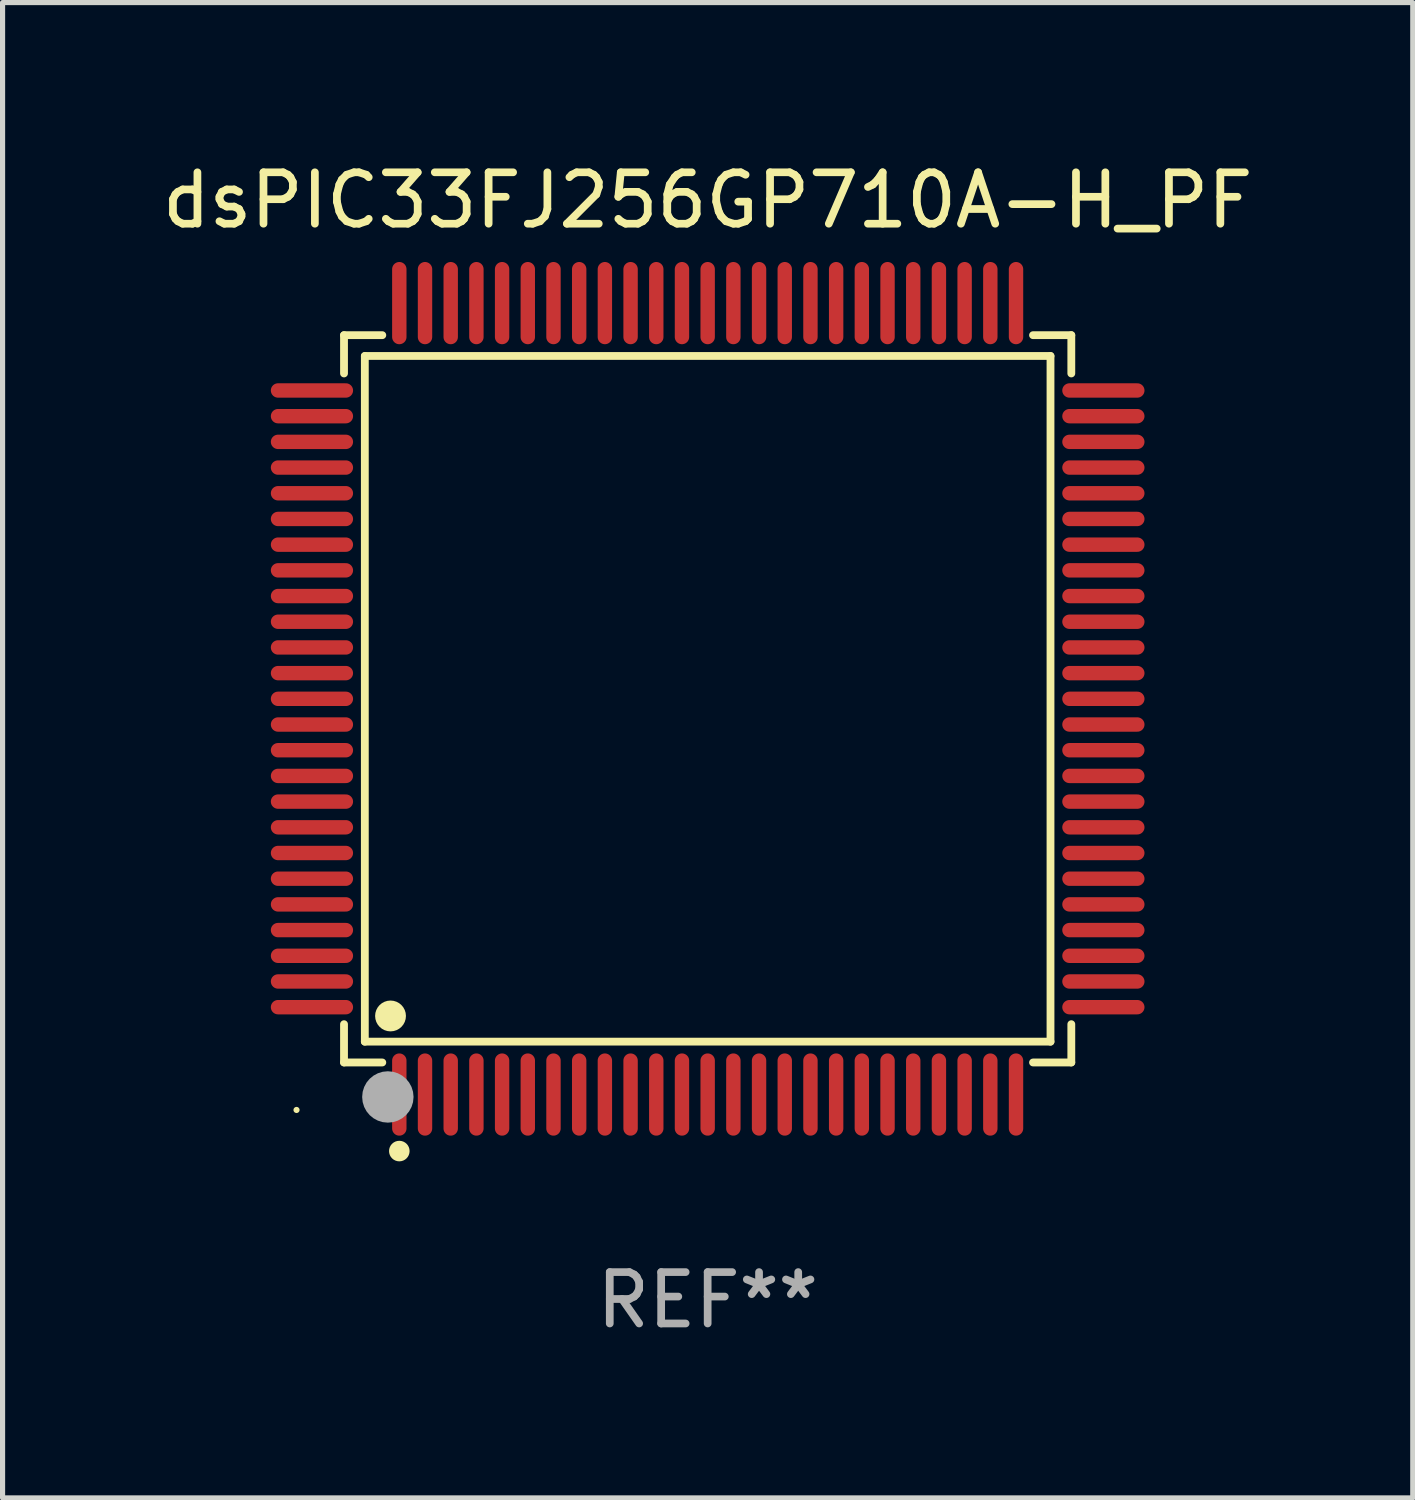
<source format=kicad_pcb>
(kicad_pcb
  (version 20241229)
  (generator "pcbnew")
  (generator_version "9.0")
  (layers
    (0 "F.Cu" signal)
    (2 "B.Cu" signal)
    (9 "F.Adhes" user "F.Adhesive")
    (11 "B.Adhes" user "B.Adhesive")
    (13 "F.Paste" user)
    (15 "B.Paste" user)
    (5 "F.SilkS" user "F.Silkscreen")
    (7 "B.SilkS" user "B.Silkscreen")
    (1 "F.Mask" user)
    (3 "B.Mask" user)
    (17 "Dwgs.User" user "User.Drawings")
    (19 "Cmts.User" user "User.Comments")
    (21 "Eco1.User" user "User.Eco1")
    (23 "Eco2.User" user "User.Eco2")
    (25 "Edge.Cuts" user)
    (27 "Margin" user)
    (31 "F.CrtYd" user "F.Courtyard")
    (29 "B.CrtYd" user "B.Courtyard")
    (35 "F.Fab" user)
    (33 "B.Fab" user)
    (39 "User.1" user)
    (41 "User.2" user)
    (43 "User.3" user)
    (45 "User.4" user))
  (footprint "dsPIC33FJ256GP710A-H_PF"
    (layer "F.Cu")
    (at 10.72 10.548)
    (property "Reference" "dsPIC33FJ256GP710A-H_PF" (at 0 -9.7 0) (layer "F.SilkS") (effects (font (size 1 1) (thickness 0.15))))
    (attr through_hole)
    (fp_line (start -7.076 -7.076) (end -6.331 -7.076) (stroke (width 0.152) (type solid)) (layer "F.SilkS"))
    (fp_line (start -7.076 -6.331) (end -7.076 -7.076) (stroke (width 0.152) (type solid)) (layer "F.SilkS"))
    (fp_line (start -7.076 6.331) (end -7.076 7.076) (stroke (width 0.152) (type solid)) (layer "F.SilkS"))
    (fp_line (start -7.076 7.076) (end -6.331 7.076) (stroke (width 0.152) (type solid)) (layer "F.SilkS"))
    (fp_line (start -6.671 -6.671) (end 6.671 -6.671) (stroke (width 0.152) (type solid)) (layer "F.SilkS"))
    (fp_line (start -6.671 6.671) (end -6.671 -6.671) (stroke (width 0.152) (type solid)) (layer "F.SilkS"))
    (fp_line (start 6.671 -6.671) (end 6.671 6.671) (stroke (width 0.152) (type solid)) (layer "F.SilkS"))
    (fp_line (start 6.671 6.671) (end -6.671 6.671) (stroke (width 0.152) (type solid)) (layer "F.SilkS"))
    (fp_line (start 7.076 -7.076) (end 6.331 -7.076) (stroke (width 0.152) (type solid)) (layer "F.SilkS"))
    (fp_line (start 7.076 -6.331) (end 7.076 -7.076) (stroke (width 0.152) (type solid)) (layer "F.SilkS"))
    (fp_line (start 7.076 6.331) (end 7.076 7.076) (stroke (width 0.152) (type solid)) (layer "F.SilkS"))
    (fp_line (start 7.076 7.076) (end 6.331 7.076) (stroke (width 0.152) (type solid)) (layer "F.SilkS"))
    (fp_circle (center -8 8) (end -7.97 8) (stroke (width 0.06) (type solid)) (fill no) (layer "F.SilkS"))
    (fp_circle (center -6.171 6.171) (end -6.021 6.171) (stroke (width 0.3) (type solid)) (fill no) (layer "F.SilkS"))
    (fp_circle (center -6 8.8) (end -5.9 8.8) (stroke (width 0.2) (type solid)) (fill no) (layer "F.SilkS"))
    (fp_circle (center -6.223 7.747) (end -5.973 7.747) (stroke (width 0.5) (type solid)) (fill no) (layer "F.Fab"))
    (fp_text user "REF**" (at 0 11.7 0) (layer "F.Fab") (effects (font (size 1 1) (thickness 0.15))))
    (pad "1" smd oval (at -6 7.7) (size 0.28 1.6) (layers "F.Cu" "F.Mask" "F.Paste"))
    (pad "2" smd oval (at -5.5 7.7) (size 0.28 1.6) (layers "F.Cu" "F.Mask" "F.Paste"))
    (pad "3" smd oval (at -5 7.7) (size 0.28 1.6) (layers "F.Cu" "F.Mask" "F.Paste"))
    (pad "4" smd oval (at -4.5 7.7) (size 0.28 1.6) (layers "F.Cu" "F.Mask" "F.Paste"))
    (pad "5" smd oval (at -4 7.7) (size 0.28 1.6) (layers "F.Cu" "F.Mask" "F.Paste"))
    (pad "6" smd oval (at -3.5 7.7) (size 0.28 1.6) (layers "F.Cu" "F.Mask" "F.Paste"))
    (pad "7" smd oval (at -3 7.7) (size 0.28 1.6) (layers "F.Cu" "F.Mask" "F.Paste"))
    (pad "8" smd oval (at -2.5 7.7) (size 0.28 1.6) (layers "F.Cu" "F.Mask" "F.Paste"))
    (pad "9" smd oval (at -2 7.7) (size 0.28 1.6) (layers "F.Cu" "F.Mask" "F.Paste"))
    (pad "10" smd oval (at -1.5 7.7) (size 0.28 1.6) (layers "F.Cu" "F.Mask" "F.Paste"))
    (pad "11" smd oval (at -1 7.7) (size 0.28 1.6) (layers "F.Cu" "F.Mask" "F.Paste"))
    (pad "12" smd oval (at -0.5 7.7) (size 0.28 1.6) (layers "F.Cu" "F.Mask" "F.Paste"))
    (pad "13" smd oval (at 0 7.7) (size 0.28 1.6) (layers "F.Cu" "F.Mask" "F.Paste"))
    (pad "14" smd oval (at 0.5 7.7) (size 0.28 1.6) (layers "F.Cu" "F.Mask" "F.Paste"))
    (pad "15" smd oval (at 1 7.7) (size 0.28 1.6) (layers "F.Cu" "F.Mask" "F.Paste"))
    (pad "16" smd oval (at 1.5 7.7) (size 0.28 1.6) (layers "F.Cu" "F.Mask" "F.Paste"))
    (pad "17" smd oval (at 2 7.7) (size 0.28 1.6) (layers "F.Cu" "F.Mask" "F.Paste"))
    (pad "18" smd oval (at 2.5 7.7) (size 0.28 1.6) (layers "F.Cu" "F.Mask" "F.Paste"))
    (pad "19" smd oval (at 3 7.7) (size 0.28 1.6) (layers "F.Cu" "F.Mask" "F.Paste"))
    (pad "20" smd oval (at 3.5 7.7) (size 0.28 1.6) (layers "F.Cu" "F.Mask" "F.Paste"))
    (pad "21" smd oval (at 4 7.7) (size 0.28 1.6) (layers "F.Cu" "F.Mask" "F.Paste"))
    (pad "22" smd oval (at 4.5 7.7) (size 0.28 1.6) (layers "F.Cu" "F.Mask" "F.Paste"))
    (pad "23" smd oval (at 5 7.7) (size 0.28 1.6) (layers "F.Cu" "F.Mask" "F.Paste"))
    (pad "24" smd oval (at 5.5 7.7) (size 0.28 1.6) (layers "F.Cu" "F.Mask" "F.Paste"))
    (pad "25" smd oval (at 6 7.7) (size 0.28 1.6) (layers "F.Cu" "F.Mask" "F.Paste"))
    (pad "26" smd oval (at 7.7 6) (size 1.6 0.28) (layers "F.Cu" "F.Mask" "F.Paste"))
    (pad "27" smd oval (at 7.7 5.5) (size 1.6 0.28) (layers "F.Cu" "F.Mask" "F.Paste"))
    (pad "28" smd oval (at 7.7 5) (size 1.6 0.28) (layers "F.Cu" "F.Mask" "F.Paste"))
    (pad "29" smd oval (at 7.7 4.5) (size 1.6 0.28) (layers "F.Cu" "F.Mask" "F.Paste"))
    (pad "30" smd oval (at 7.7 4) (size 1.6 0.28) (layers "F.Cu" "F.Mask" "F.Paste"))
    (pad "31" smd oval (at 7.7 3.5) (size 1.6 0.28) (layers "F.Cu" "F.Mask" "F.Paste"))
    (pad "32" smd oval (at 7.7 3) (size 1.6 0.28) (layers "F.Cu" "F.Mask" "F.Paste"))
    (pad "33" smd oval (at 7.7 2.5) (size 1.6 0.28) (layers "F.Cu" "F.Mask" "F.Paste"))
    (pad "34" smd oval (at 7.7 2) (size 1.6 0.28) (layers "F.Cu" "F.Mask" "F.Paste"))
    (pad "35" smd oval (at 7.7 1.5) (size 1.6 0.28) (layers "F.Cu" "F.Mask" "F.Paste"))
    (pad "36" smd oval (at 7.7 1) (size 1.6 0.28) (layers "F.Cu" "F.Mask" "F.Paste"))
    (pad "37" smd oval (at 7.7 0.5) (size 1.6 0.28) (layers "F.Cu" "F.Mask" "F.Paste"))
    (pad "38" smd oval (at 7.7 0) (size 1.6 0.28) (layers "F.Cu" "F.Mask" "F.Paste"))
    (pad "39" smd oval (at 7.7 -0.5) (size 1.6 0.28) (layers "F.Cu" "F.Mask" "F.Paste"))
    (pad "40" smd oval (at 7.7 -1) (size 1.6 0.28) (layers "F.Cu" "F.Mask" "F.Paste"))
    (pad "41" smd oval (at 7.7 -1.5) (size 1.6 0.28) (layers "F.Cu" "F.Mask" "F.Paste"))
    (pad "42" smd oval (at 7.7 -2) (size 1.6 0.28) (layers "F.Cu" "F.Mask" "F.Paste"))
    (pad "43" smd oval (at 7.7 -2.5) (size 1.6 0.28) (layers "F.Cu" "F.Mask" "F.Paste"))
    (pad "44" smd oval (at 7.7 -3) (size 1.6 0.28) (layers "F.Cu" "F.Mask" "F.Paste"))
    (pad "45" smd oval (at 7.7 -3.5) (size 1.6 0.28) (layers "F.Cu" "F.Mask" "F.Paste"))
    (pad "46" smd oval (at 7.7 -4) (size 1.6 0.28) (layers "F.Cu" "F.Mask" "F.Paste"))
    (pad "47" smd oval (at 7.7 -4.5) (size 1.6 0.28) (layers "F.Cu" "F.Mask" "F.Paste"))
    (pad "48" smd oval (at 7.7 -5) (size 1.6 0.28) (layers "F.Cu" "F.Mask" "F.Paste"))
    (pad "49" smd oval (at 7.7 -5.5) (size 1.6 0.28) (layers "F.Cu" "F.Mask" "F.Paste"))
    (pad "50" smd oval (at 7.7 -6) (size 1.6 0.28) (layers "F.Cu" "F.Mask" "F.Paste"))
    (pad "51" smd oval (at 6 -7.7) (size 0.28 1.6) (layers "F.Cu" "F.Mask" "F.Paste"))
    (pad "52" smd oval (at 5.5 -7.7) (size 0.28 1.6) (layers "F.Cu" "F.Mask" "F.Paste"))
    (pad "53" smd oval (at 5 -7.7) (size 0.28 1.6) (layers "F.Cu" "F.Mask" "F.Paste"))
    (pad "54" smd oval (at 4.5 -7.7) (size 0.28 1.6) (layers "F.Cu" "F.Mask" "F.Paste"))
    (pad "55" smd oval (at 4 -7.7) (size 0.28 1.6) (layers "F.Cu" "F.Mask" "F.Paste"))
    (pad "56" smd oval (at 3.5 -7.7) (size 0.28 1.6) (layers "F.Cu" "F.Mask" "F.Paste"))
    (pad "57" smd oval (at 3 -7.7) (size 0.28 1.6) (layers "F.Cu" "F.Mask" "F.Paste"))
    (pad "58" smd oval (at 2.5 -7.7) (size 0.28 1.6) (layers "F.Cu" "F.Mask" "F.Paste"))
    (pad "59" smd oval (at 2 -7.7) (size 0.28 1.6) (layers "F.Cu" "F.Mask" "F.Paste"))
    (pad "60" smd oval (at 1.5 -7.7) (size 0.28 1.6) (layers "F.Cu" "F.Mask" "F.Paste"))
    (pad "61" smd oval (at 1 -7.7) (size 0.28 1.6) (layers "F.Cu" "F.Mask" "F.Paste"))
    (pad "62" smd oval (at 0.5 -7.7) (size 0.28 1.6) (layers "F.Cu" "F.Mask" "F.Paste"))
    (pad "63" smd oval (at 0 -7.7) (size 0.28 1.6) (layers "F.Cu" "F.Mask" "F.Paste"))
    (pad "64" smd oval (at -0.5 -7.7) (size 0.28 1.6) (layers "F.Cu" "F.Mask" "F.Paste"))
    (pad "65" smd oval (at -1 -7.7) (size 0.28 1.6) (layers "F.Cu" "F.Mask" "F.Paste"))
    (pad "66" smd oval (at -1.5 -7.7) (size 0.28 1.6) (layers "F.Cu" "F.Mask" "F.Paste"))
    (pad "67" smd oval (at -2 -7.7) (size 0.28 1.6) (layers "F.Cu" "F.Mask" "F.Paste"))
    (pad "68" smd oval (at -2.5 -7.7) (size 0.28 1.6) (layers "F.Cu" "F.Mask" "F.Paste"))
    (pad "69" smd oval (at -3 -7.7) (size 0.28 1.6) (layers "F.Cu" "F.Mask" "F.Paste"))
    (pad "70" smd oval (at -3.5 -7.7) (size 0.28 1.6) (layers "F.Cu" "F.Mask" "F.Paste"))
    (pad "71" smd oval (at -4 -7.7) (size 0.28 1.6) (layers "F.Cu" "F.Mask" "F.Paste"))
    (pad "72" smd oval (at -4.5 -7.7) (size 0.28 1.6) (layers "F.Cu" "F.Mask" "F.Paste"))
    (pad "73" smd oval (at -5 -7.7) (size 0.28 1.6) (layers "F.Cu" "F.Mask" "F.Paste"))
    (pad "74" smd oval (at -5.5 -7.7) (size 0.28 1.6) (layers "F.Cu" "F.Mask" "F.Paste"))
    (pad "75" smd oval (at -6 -7.7) (size 0.28 1.6) (layers "F.Cu" "F.Mask" "F.Paste"))
    (pad "76" smd oval (at -7.7 -6) (size 1.6 0.28) (layers "F.Cu" "F.Mask" "F.Paste"))
    (pad "77" smd oval (at -7.7 -5.5) (size 1.6 0.28) (layers "F.Cu" "F.Mask" "F.Paste"))
    (pad "78" smd oval (at -7.7 -5) (size 1.6 0.28) (layers "F.Cu" "F.Mask" "F.Paste"))
    (pad "79" smd oval (at -7.7 -4.5) (size 1.6 0.28) (layers "F.Cu" "F.Mask" "F.Paste"))
    (pad "80" smd oval (at -7.7 -4) (size 1.6 0.28) (layers "F.Cu" "F.Mask" "F.Paste"))
    (pad "81" smd oval (at -7.7 -3.5) (size 1.6 0.28) (layers "F.Cu" "F.Mask" "F.Paste"))
    (pad "82" smd oval (at -7.7 -3) (size 1.6 0.28) (layers "F.Cu" "F.Mask" "F.Paste"))
    (pad "83" smd oval (at -7.7 -2.5) (size 1.6 0.28) (layers "F.Cu" "F.Mask" "F.Paste"))
    (pad "84" smd oval (at -7.7 -2) (size 1.6 0.28) (layers "F.Cu" "F.Mask" "F.Paste"))
    (pad "85" smd oval (at -7.7 -1.5) (size 1.6 0.28) (layers "F.Cu" "F.Mask" "F.Paste"))
    (pad "86" smd oval (at -7.7 -1) (size 1.6 0.28) (layers "F.Cu" "F.Mask" "F.Paste"))
    (pad "87" smd oval (at -7.7 -0.5) (size 1.6 0.28) (layers "F.Cu" "F.Mask" "F.Paste"))
    (pad "88" smd oval (at -7.7 0) (size 1.6 0.28) (layers "F.Cu" "F.Mask" "F.Paste"))
    (pad "89" smd oval (at -7.7 0.5) (size 1.6 0.28) (layers "F.Cu" "F.Mask" "F.Paste"))
    (pad "90" smd oval (at -7.7 1) (size 1.6 0.28) (layers "F.Cu" "F.Mask" "F.Paste"))
    (pad "91" smd oval (at -7.7 1.5) (size 1.6 0.28) (layers "F.Cu" "F.Mask" "F.Paste"))
    (pad "92" smd oval (at -7.7 2) (size 1.6 0.28) (layers "F.Cu" "F.Mask" "F.Paste"))
    (pad "93" smd oval (at -7.7 2.5) (size 1.6 0.28) (layers "F.Cu" "F.Mask" "F.Paste"))
    (pad "94" smd oval (at -7.7 3) (size 1.6 0.28) (layers "F.Cu" "F.Mask" "F.Paste"))
    (pad "95" smd oval (at -7.7 3.5) (size 1.6 0.28) (layers "F.Cu" "F.Mask" "F.Paste"))
    (pad "96" smd oval (at -7.7 4) (size 1.6 0.28) (layers "F.Cu" "F.Mask" "F.Paste"))
    (pad "97" smd oval (at -7.7 4.5) (size 1.6 0.28) (layers "F.Cu" "F.Mask" "F.Paste"))
    (pad "98" smd oval (at -7.7 5) (size 1.6 0.28) (layers "F.Cu" "F.Mask" "F.Paste"))
    (pad "99" smd oval (at -7.7 5.5) (size 1.6 0.28) (layers "F.Cu" "F.Mask" "F.Paste"))
    (pad "100" smd oval (at -7.7 6) (size 1.6 0.28) (layers "F.Cu" "F.Mask" "F.Paste")))
  (gr_rect
    (start -3 -3)
    (end 24.44 26.097)
    (stroke (width 0.1) (type default))
    (fill no)
    (layer "Edge.Cuts")))
</source>
